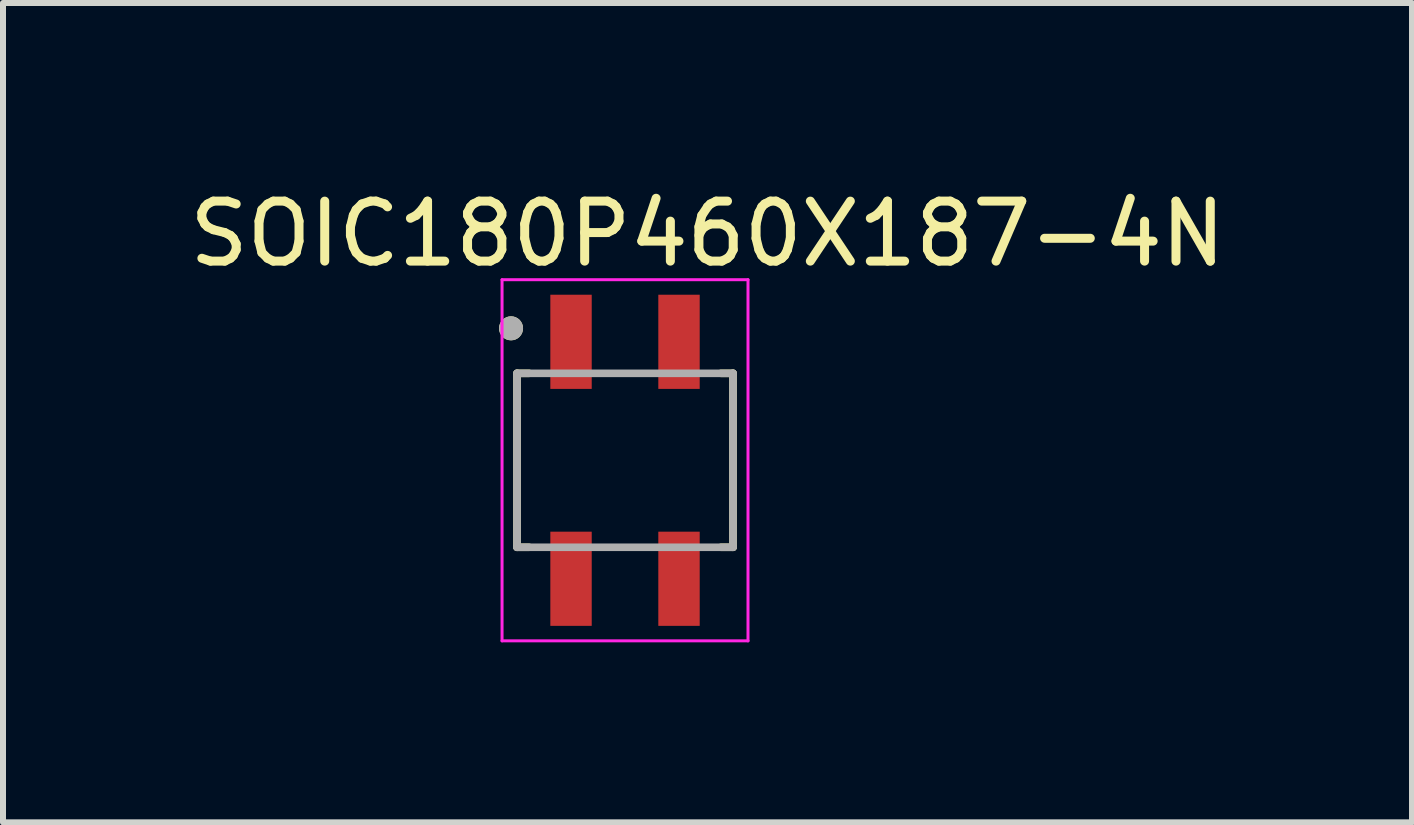
<source format=kicad_pcb>
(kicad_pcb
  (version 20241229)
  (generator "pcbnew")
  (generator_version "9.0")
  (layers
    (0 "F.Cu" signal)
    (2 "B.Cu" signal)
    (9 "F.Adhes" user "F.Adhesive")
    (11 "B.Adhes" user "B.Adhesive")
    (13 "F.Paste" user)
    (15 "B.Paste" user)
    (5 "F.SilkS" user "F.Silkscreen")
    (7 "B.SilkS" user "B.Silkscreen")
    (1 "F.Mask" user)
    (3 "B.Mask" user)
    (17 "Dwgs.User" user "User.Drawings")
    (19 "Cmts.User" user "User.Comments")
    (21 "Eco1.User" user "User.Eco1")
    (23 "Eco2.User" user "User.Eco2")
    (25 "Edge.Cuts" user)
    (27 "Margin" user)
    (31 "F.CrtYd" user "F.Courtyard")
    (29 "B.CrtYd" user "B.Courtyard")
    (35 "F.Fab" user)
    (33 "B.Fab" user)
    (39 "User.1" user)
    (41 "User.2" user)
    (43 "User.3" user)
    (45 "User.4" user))
  (footprint "SOIC180P460X187-4N"
    (layer "F.Cu")
    (at 7.369 4.623)
    (property "Reference" "SOIC180P460X187-4N" (at 1.375 -3.775 0) (layer "F.SilkS") (effects (font (size 1 1) (thickness 0.15))))
    (attr through_hole)
    (fp_line (start -1.8 -1.45) (end -1.8 1.45) (stroke (width 0.127) (type solid)) (layer "F.SilkS"))
    (fp_line (start -1.8 -1.45) (end -1.6 -1.45) (stroke (width 0.127) (type solid)) (layer "F.SilkS"))
    (fp_line (start -1.8 1.45) (end -1.6 1.45) (stroke (width 0.127) (type solid)) (layer "F.SilkS"))
    (fp_line (start 1.8 -1.45) (end 1.6 -1.45) (stroke (width 0.127) (type solid)) (layer "F.SilkS"))
    (fp_line (start 1.8 -1.45) (end 1.8 1.45) (stroke (width 0.127) (type solid)) (layer "F.SilkS"))
    (fp_line (start 1.8 1.45) (end 1.6 1.45) (stroke (width 0.127) (type solid)) (layer "F.SilkS"))
    (fp_circle (center -1.9 -2.2) (end -1.8 -2.2) (stroke (width 0.2) (type solid)) (fill no) (layer "F.SilkS"))
    (fp_line (start -2.05 -3.01) (end 2.05 -3.01) (stroke (width 0.05) (type solid)) (layer "F.CrtYd"))
    (fp_line (start -2.05 3.01) (end -2.05 -3.01) (stroke (width 0.05) (type solid)) (layer "F.CrtYd"))
    (fp_line (start 2.05 -3.01) (end 2.05 3.01) (stroke (width 0.05) (type solid)) (layer "F.CrtYd"))
    (fp_line (start 2.05 3.01) (end -2.05 3.01) (stroke (width 0.05) (type solid)) (layer "F.CrtYd"))
    (fp_line (start -1.8 -1.45) (end -1.8 1.45) (stroke (width 0.127) (type solid)) (layer "F.Fab"))
    (fp_line (start 1.8 -1.45) (end -1.8 -1.45) (stroke (width 0.127) (type solid)) (layer "F.Fab"))
    (fp_line (start 1.8 -1.45) (end 1.8 1.45) (stroke (width 0.127) (type solid)) (layer "F.Fab"))
    (fp_line (start 1.8 1.45) (end -1.8 1.45) (stroke (width 0.127) (type solid)) (layer "F.Fab"))
    (fp_circle (center -1.9 -2.2) (end -1.8 -2.2) (stroke (width 0.2) (type solid)) (fill no) (layer "F.Fab"))
    (pad "1" smd rect (at -0.9 -1.975) (size 0.69 1.57) (layers "F.Cu" "F.Mask" "F.Paste"))
    (pad "2" smd rect (at -0.9 1.975) (size 0.69 1.57) (layers "F.Cu" "F.Mask" "F.Paste"))
    (pad "3" smd rect (at 0.9 1.975) (size 0.69 1.57) (layers "F.Cu" "F.Mask" "F.Paste"))
    (pad "4" smd rect (at 0.9 -1.975) (size 0.69 1.57) (layers "F.Cu" "F.Mask" "F.Paste")))
  (gr_rect
    (start -3 -3)
    (end 20.488 10.658)
    (stroke (width 0.1) (type default))
    (fill no)
    (layer "Edge.Cuts")))
</source>
